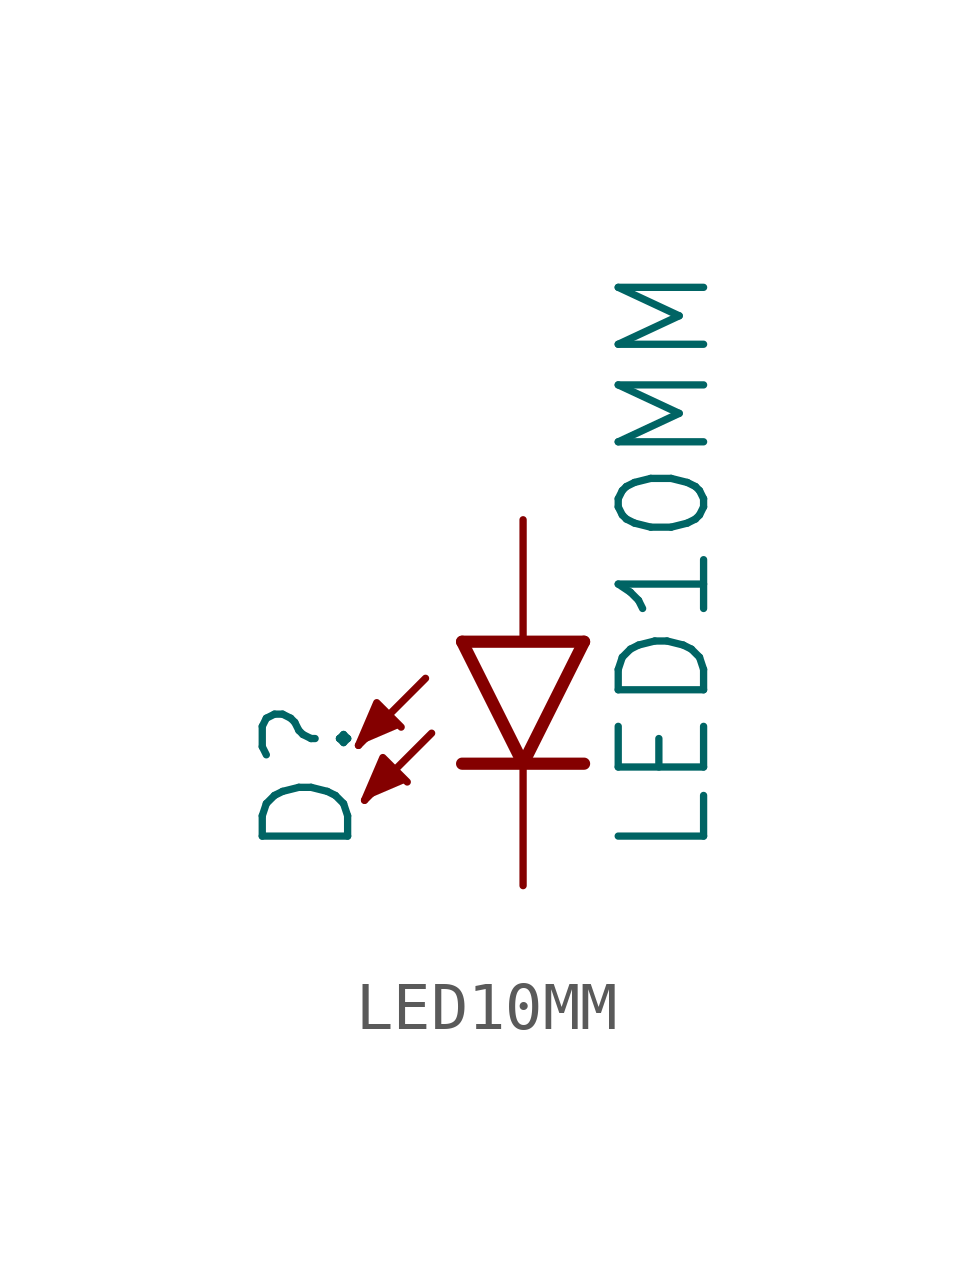
<source format=kicad_sym>
(kicad_symbol_lib
  (version 20210619)
  (generator kicad_symbol_editor)
  (symbol "LED10MM"
    (property "Reference" "D"
      (at -3.429 -4.572 90)
      (effects (font (size 1.778 1.778)) (justify left bottom)))
    (property "Value" "LED10MM"
      (at 1.905 -4.572 90)
      (effects (font (size 1.778 1.778)) (justify left top)))
    (property "ki_locked" ""
      (at 0 0 0)
      (effects (font (size 1.27 1.27))))
    (symbol "LED10MM_1_0"
      (polyline (pts (xy -2.032 -0.762) (xy -3.429 -2.159)) (stroke (width 0.152)) (fill (type none)))
      (polyline (pts (xy -1.905 -1.905) (xy -3.302 -3.302)) (stroke (width 0.152)) (fill (type none)))
      (polyline (pts (xy 0 -2.54) (xy -1.27 -2.54)) (stroke (width 0.254)) (fill (type none)))
      (polyline (pts (xy 0 -2.54) (xy -1.27 0)) (stroke (width 0.254)) (fill (type none)))
      (polyline (pts (xy 1.27 -2.54) (xy 0 -2.54)) (stroke (width 0.254)) (fill (type none)))
      (polyline (pts (xy 1.27 0) (xy -1.27 0)) (stroke (width 0.254)) (fill (type none)))
      (polyline (pts (xy 1.27 0) (xy 0 -2.54)) (stroke (width 0.254)) (fill (type none)))
      (polyline (pts (xy -3.429 -2.159) (xy -3.048 -1.27) (xy -2.54 -1.778)) (stroke (width 0)) (fill (type outline)))
      (polyline (pts (xy -3.302 -3.302) (xy -2.921 -2.413) (xy -2.413 -2.921)) (stroke (width 0)) (fill (type outline)))
      (pin passive line (at 0 2.54 270) (length 2.54) (name "A" (effects (font (size 0 0)))) (number "A" (effects (font (size 0 0)))))
      (pin passive line (at 0 -5.08 90) (length 2.54) (name "C" (effects (font (size 0 0)))) (number "C" (effects (font (size 0 0))))))))
</source>
